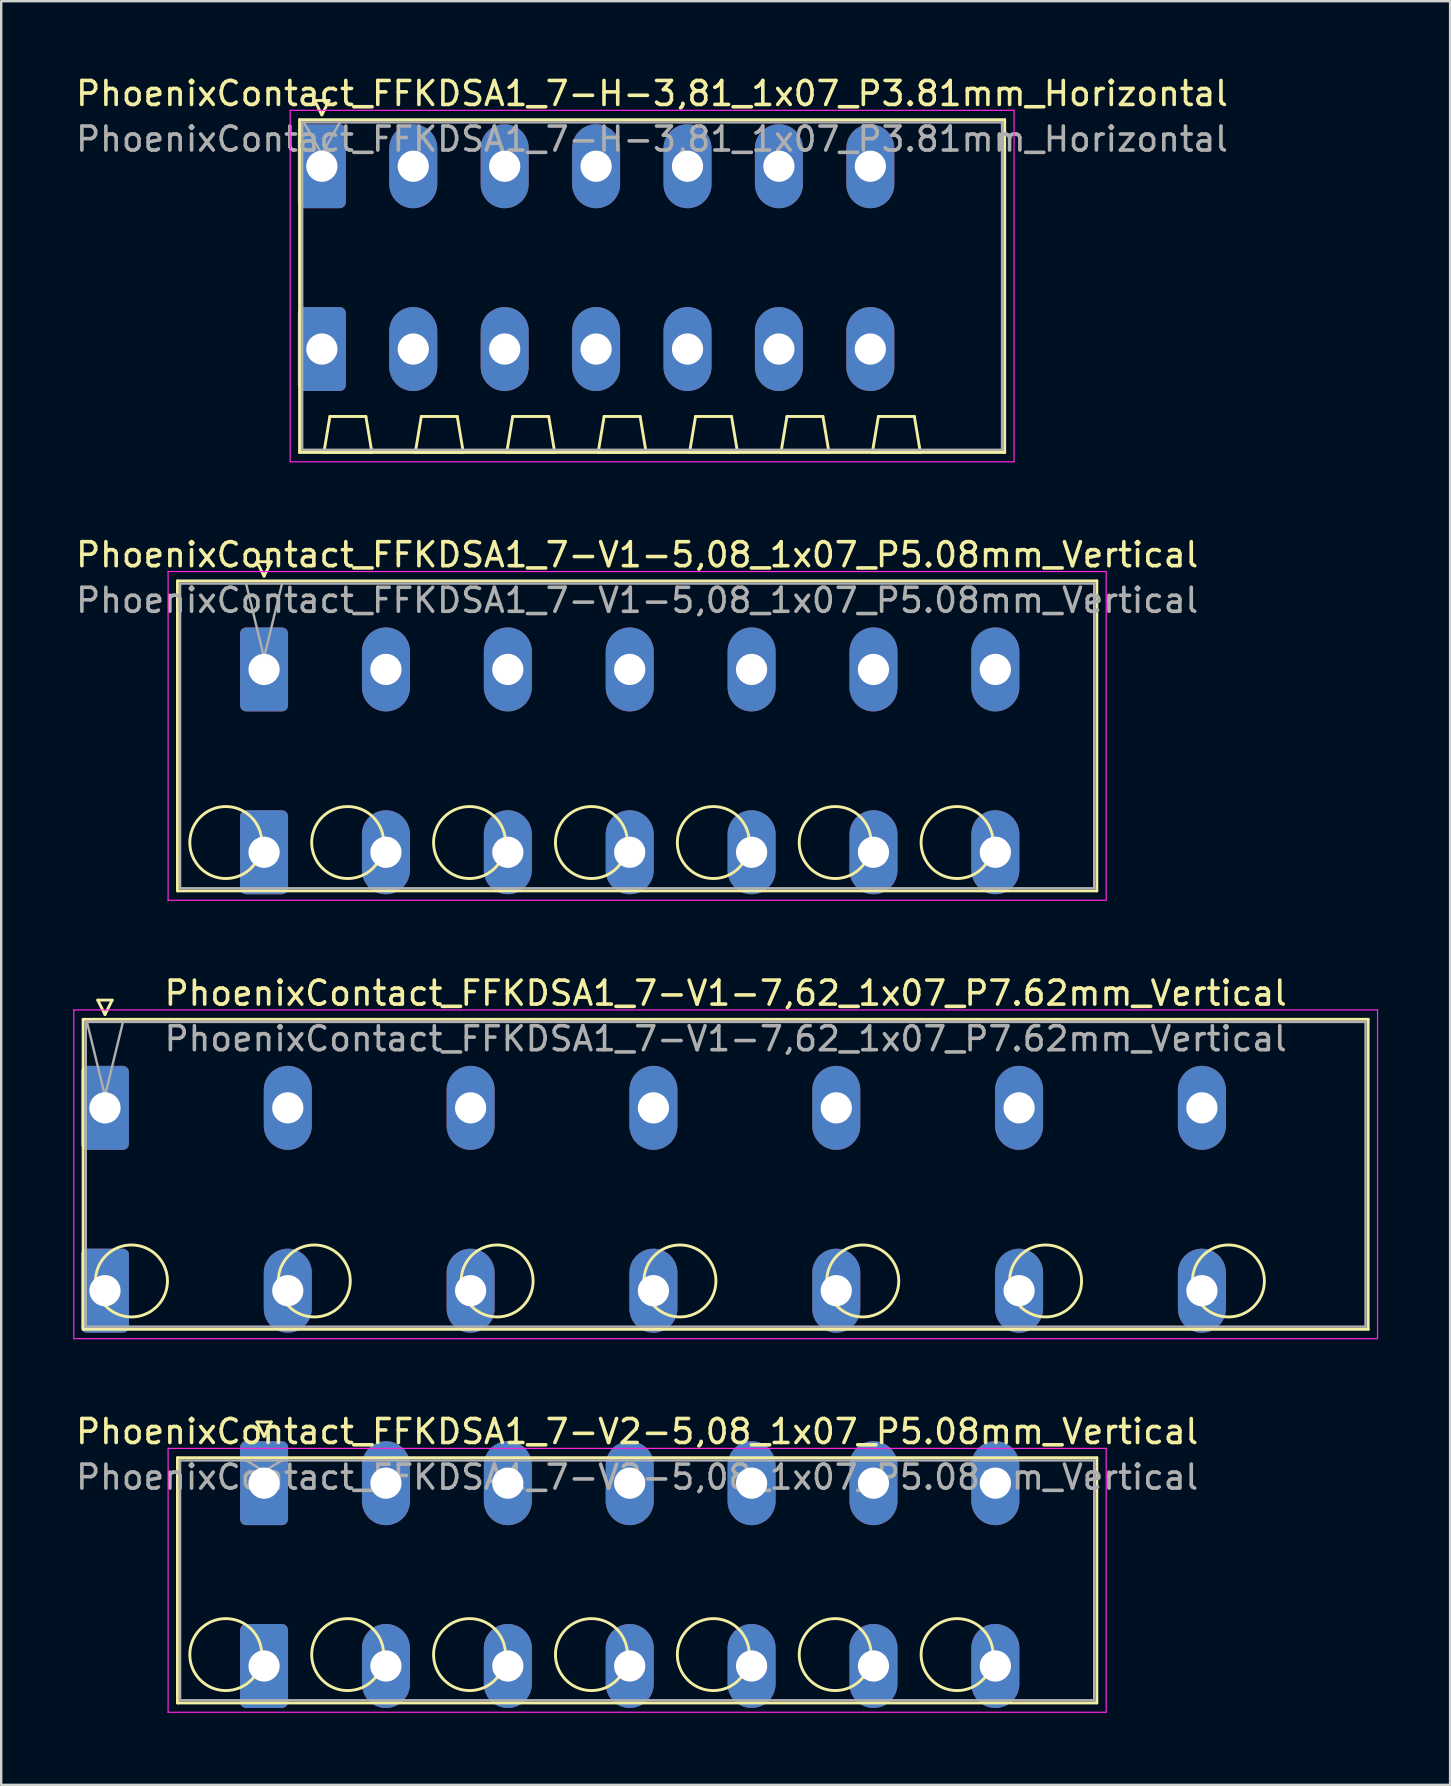
<source format=kicad_pcb>
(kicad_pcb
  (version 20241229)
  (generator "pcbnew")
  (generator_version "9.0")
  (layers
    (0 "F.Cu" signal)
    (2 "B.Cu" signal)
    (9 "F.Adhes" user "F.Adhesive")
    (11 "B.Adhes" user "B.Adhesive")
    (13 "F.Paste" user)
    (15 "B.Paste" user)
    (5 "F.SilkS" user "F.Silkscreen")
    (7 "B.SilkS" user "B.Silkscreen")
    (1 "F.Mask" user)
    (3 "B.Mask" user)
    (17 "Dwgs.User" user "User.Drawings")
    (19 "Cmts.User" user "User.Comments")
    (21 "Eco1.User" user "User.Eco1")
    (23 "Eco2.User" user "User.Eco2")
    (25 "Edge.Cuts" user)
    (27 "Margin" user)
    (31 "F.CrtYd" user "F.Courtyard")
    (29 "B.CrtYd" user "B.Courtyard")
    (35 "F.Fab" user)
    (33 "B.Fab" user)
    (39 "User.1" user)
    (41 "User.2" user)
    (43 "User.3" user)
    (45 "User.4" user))
  (footprint "PhoenixContact_FFKDSA1_7-V1-7,62_1x07_P7.62mm_Vertical"
    (layer "F.Cu")
    (at 1.325 43.125)
    (property "Reference" "PhoenixContact_FFKDSA1_7-V1-7,62_1x07_P7.62mm_Vertical" (at 25.87 -4.78 0) (layer "F.SilkS") (effects (font (size 1 1) (thickness 0.15))))
    (attr through_hole)
    (fp_line (start -0.91 -3.69) (end -0.91 9.23) (stroke (width 0.12) (type solid)) (layer "F.SilkS"))
    (fp_line (start -0.91 9.23) (end 52.65 9.23) (stroke (width 0.12) (type solid)) (layer "F.SilkS"))
    (fp_line (start -0.3 -4.49) (end 0.3 -4.49) (stroke (width 0.12) (type solid)) (layer "F.SilkS"))
    (fp_line (start 0 -3.89) (end -0.3 -4.49) (stroke (width 0.12) (type solid)) (layer "F.SilkS"))
    (fp_line (start 0.3 -4.49) (end 0 -3.89) (stroke (width 0.12) (type solid)) (layer "F.SilkS"))
    (fp_line (start 52.65 -3.69) (end -0.91 -3.69) (stroke (width 0.12) (type solid)) (layer "F.SilkS"))
    (fp_line (start 52.65 9.23) (end 52.65 -3.69) (stroke (width 0.12) (type solid)) (layer "F.SilkS"))
    (fp_circle (center 1.105 7.215) (end 2.605 7.215) (stroke (width 0.12) (type solid)) (fill no) (layer "F.SilkS"))
    (fp_circle (center 8.725 7.215) (end 10.225 7.215) (stroke (width 0.12) (type solid)) (fill no) (layer "F.SilkS"))
    (fp_circle (center 16.345 7.215) (end 17.845 7.215) (stroke (width 0.12) (type solid)) (fill no) (layer "F.SilkS"))
    (fp_circle (center 23.965 7.215) (end 25.465 7.215) (stroke (width 0.12) (type solid)) (fill no) (layer "F.SilkS"))
    (fp_circle (center 31.585 7.215) (end 33.085 7.215) (stroke (width 0.12) (type solid)) (fill no) (layer "F.SilkS"))
    (fp_circle (center 39.205 7.215) (end 40.705 7.215) (stroke (width 0.12) (type solid)) (fill no) (layer "F.SilkS"))
    (fp_circle (center 46.825 7.215) (end 48.325 7.215) (stroke (width 0.12) (type solid)) (fill no) (layer "F.SilkS"))
    (fp_line (start -1.3 -4.08) (end -1.3 9.62) (stroke (width 0.05) (type solid)) (layer "F.CrtYd"))
    (fp_line (start -1.3 9.62) (end 53.04 9.62) (stroke (width 0.05) (type solid)) (layer "F.CrtYd"))
    (fp_line (start 53.04 -4.08) (end -1.3 -4.08) (stroke (width 0.05) (type solid)) (layer "F.CrtYd"))
    (fp_line (start 53.04 9.62) (end 53.04 -4.08) (stroke (width 0.05) (type solid)) (layer "F.CrtYd"))
    (fp_line (start -0.8 -3.58) (end -0.8 9.12) (stroke (width 0.1) (type solid)) (layer "F.Fab"))
    (fp_line (start -0.8 9.12) (end 52.54 9.12) (stroke (width 0.1) (type solid)) (layer "F.Fab"))
    (fp_line (start 0 -0.5) (end -0.75 -3.58) (stroke (width 0.1) (type solid)) (layer "F.Fab"))
    (fp_line (start 0.75 -3.58) (end 0 -0.5) (stroke (width 0.1) (type solid)) (layer "F.Fab"))
    (fp_line (start 52.54 -3.58) (end -0.8 -3.58) (stroke (width 0.1) (type solid)) (layer "F.Fab"))
    (fp_line (start 52.54 9.12) (end 52.54 -3.58) (stroke (width 0.1) (type solid)) (layer "F.Fab"))
    (fp_text user "${REFERENCE}" (at 25.87 -2.88 0) (layer "F.Fab") (effects (font (size 1 1) (thickness 0.15))))
    (pad "1" thru_hole roundrect (at 0 0) (size 2 3.5) (drill 1.3) (layers "*.Cu" "*.Mask") (roundrect_rratio 0.125))
    (pad "1" thru_hole roundrect (at 0 7.62) (size 2 3.5) (drill 1.3) (layers "*.Cu" "*.Mask") (roundrect_rratio 0.125))
    (pad "2" thru_hole oval (at 7.62 0) (size 2 3.5) (drill 1.3) (layers "*.Cu" "*.Mask"))
    (pad "2" thru_hole oval (at 7.62 7.62) (size 2 3.5) (drill 1.3) (layers "*.Cu" "*.Mask"))
    (pad "3" thru_hole oval (at 15.24 0) (size 2 3.5) (drill 1.3) (layers "*.Cu" "*.Mask"))
    (pad "3" thru_hole oval (at 15.24 7.62) (size 2 3.5) (drill 1.3) (layers "*.Cu" "*.Mask"))
    (pad "4" thru_hole oval (at 22.86 0) (size 2 3.5) (drill 1.3) (layers "*.Cu" "*.Mask"))
    (pad "4" thru_hole oval (at 22.86 7.62) (size 2 3.5) (drill 1.3) (layers "*.Cu" "*.Mask"))
    (pad "5" thru_hole oval (at 30.48 0) (size 2 3.5) (drill 1.3) (layers "*.Cu" "*.Mask"))
    (pad "5" thru_hole oval (at 30.48 7.62) (size 2 3.5) (drill 1.3) (layers "*.Cu" "*.Mask"))
    (pad "6" thru_hole oval (at 38.1 0) (size 2 3.5) (drill 1.3) (layers "*.Cu" "*.Mask"))
    (pad "6" thru_hole oval (at 38.1 7.62) (size 2 3.5) (drill 1.3) (layers "*.Cu" "*.Mask"))
    (pad "7" thru_hole oval (at 45.72 0) (size 2 3.5) (drill 1.3) (layers "*.Cu" "*.Mask"))
    (pad "7" thru_hole oval (at 45.72 7.62) (size 2 3.5) (drill 1.3) (layers "*.Cu" "*.Mask")))
  (footprint "PhoenixContact_FFKDSA1_7-H-3,81_1x07_P3.81mm_Horizontal"
    (layer "F.Cu")
    (at 10.365 3.878)
    (property "Reference" "PhoenixContact_FFKDSA1_7-H-3,81_1x07_P3.81mm_Horizontal" (at 13.76 -3.03 0) (layer "F.SilkS") (effects (font (size 1 1) (thickness 0.15))))
    (attr through_hole)
    (fp_line (start -0.93 -1.94) (end -0.93 11.93) (stroke (width 0.12) (type solid)) (layer "F.SilkS"))
    (fp_line (start -0.93 11.93) (end 28.46 11.93) (stroke (width 0.12) (type solid)) (layer "F.SilkS"))
    (fp_line (start -0.3 -2.74) (end 0.3 -2.74) (stroke (width 0.12) (type solid)) (layer "F.SilkS"))
    (fp_line (start 0 -2.14) (end -0.3 -2.74) (stroke (width 0.12) (type solid)) (layer "F.SilkS"))
    (fp_line (start 0.085 11.93) (end 2.085 11.93) (stroke (width 0.12) (type solid)) (layer "F.SilkS"))
    (fp_line (start 0.3 -2.74) (end 0 -2.14) (stroke (width 0.12) (type solid)) (layer "F.SilkS"))
    (fp_line (start 0.335 10.43) (end 0.085 11.93) (stroke (width 0.12) (type solid)) (layer "F.SilkS"))
    (fp_line (start 1.835 10.43) (end 0.335 10.43) (stroke (width 0.12) (type solid)) (layer "F.SilkS"))
    (fp_line (start 2.085 11.93) (end 1.835 10.43) (stroke (width 0.12) (type solid)) (layer "F.SilkS"))
    (fp_line (start 3.895 11.93) (end 5.895 11.93) (stroke (width 0.12) (type solid)) (layer "F.SilkS"))
    (fp_line (start 4.145 10.43) (end 3.895 11.93) (stroke (width 0.12) (type solid)) (layer "F.SilkS"))
    (fp_line (start 5.645 10.43) (end 4.145 10.43) (stroke (width 0.12) (type solid)) (layer "F.SilkS"))
    (fp_line (start 5.895 11.93) (end 5.645 10.43) (stroke (width 0.12) (type solid)) (layer "F.SilkS"))
    (fp_line (start 7.705 11.93) (end 9.705 11.93) (stroke (width 0.12) (type solid)) (layer "F.SilkS"))
    (fp_line (start 7.955 10.43) (end 7.705 11.93) (stroke (width 0.12) (type solid)) (layer "F.SilkS"))
    (fp_line (start 9.455 10.43) (end 7.955 10.43) (stroke (width 0.12) (type solid)) (layer "F.SilkS"))
    (fp_line (start 9.705 11.93) (end 9.455 10.43) (stroke (width 0.12) (type solid)) (layer "F.SilkS"))
    (fp_line (start 11.515 11.93) (end 13.515 11.93) (stroke (width 0.12) (type solid)) (layer "F.SilkS"))
    (fp_line (start 11.765 10.43) (end 11.515 11.93) (stroke (width 0.12) (type solid)) (layer "F.SilkS"))
    (fp_line (start 13.265 10.43) (end 11.765 10.43) (stroke (width 0.12) (type solid)) (layer "F.SilkS"))
    (fp_line (start 13.515 11.93) (end 13.265 10.43) (stroke (width 0.12) (type solid)) (layer "F.SilkS"))
    (fp_line (start 15.325 11.93) (end 17.325 11.93) (stroke (width 0.12) (type solid)) (layer "F.SilkS"))
    (fp_line (start 15.575 10.43) (end 15.325 11.93) (stroke (width 0.12) (type solid)) (layer "F.SilkS"))
    (fp_line (start 17.075 10.43) (end 15.575 10.43) (stroke (width 0.12) (type solid)) (layer "F.SilkS"))
    (fp_line (start 17.325 11.93) (end 17.075 10.43) (stroke (width 0.12) (type solid)) (layer "F.SilkS"))
    (fp_line (start 19.135 11.93) (end 21.135 11.93) (stroke (width 0.12) (type solid)) (layer "F.SilkS"))
    (fp_line (start 19.385 10.43) (end 19.135 11.93) (stroke (width 0.12) (type solid)) (layer "F.SilkS"))
    (fp_line (start 20.885 10.43) (end 19.385 10.43) (stroke (width 0.12) (type solid)) (layer "F.SilkS"))
    (fp_line (start 21.135 11.93) (end 20.885 10.43) (stroke (width 0.12) (type solid)) (layer "F.SilkS"))
    (fp_line (start 22.945 11.93) (end 24.945 11.93) (stroke (width 0.12) (type solid)) (layer "F.SilkS"))
    (fp_line (start 23.195 10.43) (end 22.945 11.93) (stroke (width 0.12) (type solid)) (layer "F.SilkS"))
    (fp_line (start 24.695 10.43) (end 23.195 10.43) (stroke (width 0.12) (type solid)) (layer "F.SilkS"))
    (fp_line (start 24.945 11.93) (end 24.695 10.43) (stroke (width 0.12) (type solid)) (layer "F.SilkS"))
    (fp_line (start 28.46 -1.94) (end -0.93 -1.94) (stroke (width 0.12) (type solid)) (layer "F.SilkS"))
    (fp_line (start 28.46 11.93) (end 28.46 -1.94) (stroke (width 0.12) (type solid)) (layer "F.SilkS"))
    (fp_line (start -1.32 -2.33) (end -1.32 12.32) (stroke (width 0.05) (type solid)) (layer "F.CrtYd"))
    (fp_line (start -1.32 12.32) (end 28.85 12.32) (stroke (width 0.05) (type solid)) (layer "F.CrtYd"))
    (fp_line (start 28.85 -2.33) (end -1.32 -2.33) (stroke (width 0.05) (type solid)) (layer "F.CrtYd"))
    (fp_line (start 28.85 12.32) (end 28.85 -2.33) (stroke (width 0.05) (type solid)) (layer "F.CrtYd"))
    (fp_line (start -0.82 -1.83) (end -0.82 11.82) (stroke (width 0.1) (type solid)) (layer "F.Fab"))
    (fp_line (start -0.82 11.82) (end 28.35 11.82) (stroke (width 0.1) (type solid)) (layer "F.Fab"))
    (fp_line (start 0 -0.5) (end -0.75 -1.83) (stroke (width 0.1) (type solid)) (layer "F.Fab"))
    (fp_line (start 0.75 -1.83) (end 0 -0.5) (stroke (width 0.1) (type solid)) (layer "F.Fab"))
    (fp_line (start 28.35 -1.83) (end -0.82 -1.83) (stroke (width 0.1) (type solid)) (layer "F.Fab"))
    (fp_line (start 28.35 11.82) (end 28.35 -1.83) (stroke (width 0.1) (type solid)) (layer "F.Fab"))
    (fp_text user "${REFERENCE}" (at 13.76 -1.13 0) (layer "F.Fab") (effects (font (size 1 1) (thickness 0.15))))
    (pad "1" thru_hole roundrect (at 0 0) (size 2 3.5) (drill 1.3) (layers "*.Cu" "*.Mask") (roundrect_rratio 0.125))
    (pad "1" thru_hole roundrect (at 0 7.62) (size 2 3.5) (drill 1.3) (layers "*.Cu" "*.Mask") (roundrect_rratio 0.125))
    (pad "2" thru_hole oval (at 3.81 0) (size 2 3.5) (drill 1.3) (layers "*.Cu" "*.Mask"))
    (pad "2" thru_hole oval (at 3.81 7.62) (size 2 3.5) (drill 1.3) (layers "*.Cu" "*.Mask"))
    (pad "3" thru_hole oval (at 7.62 0) (size 2 3.5) (drill 1.3) (layers "*.Cu" "*.Mask"))
    (pad "3" thru_hole oval (at 7.62 7.62) (size 2 3.5) (drill 1.3) (layers "*.Cu" "*.Mask"))
    (pad "4" thru_hole oval (at 11.43 0) (size 2 3.5) (drill 1.3) (layers "*.Cu" "*.Mask"))
    (pad "4" thru_hole oval (at 11.43 7.62) (size 2 3.5) (drill 1.3) (layers "*.Cu" "*.Mask"))
    (pad "5" thru_hole oval (at 15.24 0) (size 2 3.5) (drill 1.3) (layers "*.Cu" "*.Mask"))
    (pad "5" thru_hole oval (at 15.24 7.62) (size 2 3.5) (drill 1.3) (layers "*.Cu" "*.Mask"))
    (pad "6" thru_hole oval (at 19.05 0) (size 2 3.5) (drill 1.3) (layers "*.Cu" "*.Mask"))
    (pad "6" thru_hole oval (at 19.05 7.62) (size 2 3.5) (drill 1.3) (layers "*.Cu" "*.Mask"))
    (pad "7" thru_hole oval (at 22.86 0) (size 2 3.5) (drill 1.3) (layers "*.Cu" "*.Mask"))
    (pad "7" thru_hole oval (at 22.86 7.62) (size 2 3.5) (drill 1.3) (layers "*.Cu" "*.Mask")))
  (footprint "PhoenixContact_FFKDSA1_7-V1-5,08_1x07_P5.08mm_Vertical"
    (layer "F.Cu")
    (at 7.956 24.852)
    (property "Reference" "PhoenixContact_FFKDSA1_7-V1-5,08_1x07_P5.08mm_Vertical" (at 15.55 -4.78 0) (layer "F.SilkS") (effects (font (size 1 1) (thickness 0.15))))
    (attr through_hole)
    (fp_line (start -3.61 -3.69) (end -3.61 9.23) (stroke (width 0.12) (type solid)) (layer "F.SilkS"))
    (fp_line (start -3.61 9.23) (end 34.71 9.23) (stroke (width 0.12) (type solid)) (layer "F.SilkS"))
    (fp_line (start -0.3 -4.49) (end 0.3 -4.49) (stroke (width 0.12) (type solid)) (layer "F.SilkS"))
    (fp_line (start 0 -3.89) (end -0.3 -4.49) (stroke (width 0.12) (type solid)) (layer "F.SilkS"))
    (fp_line (start 0.3 -4.49) (end 0 -3.89) (stroke (width 0.12) (type solid)) (layer "F.SilkS"))
    (fp_line (start 34.71 -3.69) (end -3.61 -3.69) (stroke (width 0.12) (type solid)) (layer "F.SilkS"))
    (fp_line (start 34.71 9.23) (end 34.71 -3.69) (stroke (width 0.12) (type solid)) (layer "F.SilkS"))
    (fp_circle (center -1.595 7.215) (end -0.095 7.215) (stroke (width 0.12) (type solid)) (fill no) (layer "F.SilkS"))
    (fp_circle (center 3.485 7.215) (end 4.985 7.215) (stroke (width 0.12) (type solid)) (fill no) (layer "F.SilkS"))
    (fp_circle (center 8.565 7.215) (end 10.065 7.215) (stroke (width 0.12) (type solid)) (fill no) (layer "F.SilkS"))
    (fp_circle (center 13.645 7.215) (end 15.145 7.215) (stroke (width 0.12) (type solid)) (fill no) (layer "F.SilkS"))
    (fp_circle (center 18.725 7.215) (end 20.225 7.215) (stroke (width 0.12) (type solid)) (fill no) (layer "F.SilkS"))
    (fp_circle (center 23.805 7.215) (end 25.305 7.215) (stroke (width 0.12) (type solid)) (fill no) (layer "F.SilkS"))
    (fp_circle (center 28.885 7.215) (end 30.385 7.215) (stroke (width 0.12) (type solid)) (fill no) (layer "F.SilkS"))
    (fp_line (start -4 -4.08) (end -4 9.62) (stroke (width 0.05) (type solid)) (layer "F.CrtYd"))
    (fp_line (start -4 9.62) (end 35.1 9.62) (stroke (width 0.05) (type solid)) (layer "F.CrtYd"))
    (fp_line (start 35.1 -4.08) (end -4 -4.08) (stroke (width 0.05) (type solid)) (layer "F.CrtYd"))
    (fp_line (start 35.1 9.62) (end 35.1 -4.08) (stroke (width 0.05) (type solid)) (layer "F.CrtYd"))
    (fp_line (start -3.5 -3.58) (end -3.5 9.12) (stroke (width 0.1) (type solid)) (layer "F.Fab"))
    (fp_line (start -3.5 9.12) (end 34.6 9.12) (stroke (width 0.1) (type solid)) (layer "F.Fab"))
    (fp_line (start 0 -0.5) (end -0.75 -3.58) (stroke (width 0.1) (type solid)) (layer "F.Fab"))
    (fp_line (start 0.75 -3.58) (end 0 -0.5) (stroke (width 0.1) (type solid)) (layer "F.Fab"))
    (fp_line (start 34.6 -3.58) (end -3.5 -3.58) (stroke (width 0.1) (type solid)) (layer "F.Fab"))
    (fp_line (start 34.6 9.12) (end 34.6 -3.58) (stroke (width 0.1) (type solid)) (layer "F.Fab"))
    (fp_text user "${REFERENCE}" (at 15.55 -2.88 0) (layer "F.Fab") (effects (font (size 1 1) (thickness 0.15))))
    (pad "1" thru_hole roundrect (at 0 0) (size 2 3.5) (drill 1.3) (layers "*.Cu" "*.Mask") (roundrect_rratio 0.125))
    (pad "1" thru_hole roundrect (at 0 7.62) (size 2 3.5) (drill 1.3) (layers "*.Cu" "*.Mask") (roundrect_rratio 0.125))
    (pad "2" thru_hole oval (at 5.08 0) (size 2 3.5) (drill 1.3) (layers "*.Cu" "*.Mask"))
    (pad "2" thru_hole oval (at 5.08 7.62) (size 2 3.5) (drill 1.3) (layers "*.Cu" "*.Mask"))
    (pad "3" thru_hole oval (at 10.16 0) (size 2 3.5) (drill 1.3) (layers "*.Cu" "*.Mask"))
    (pad "3" thru_hole oval (at 10.16 7.62) (size 2 3.5) (drill 1.3) (layers "*.Cu" "*.Mask"))
    (pad "4" thru_hole oval (at 15.24 0) (size 2 3.5) (drill 1.3) (layers "*.Cu" "*.Mask"))
    (pad "4" thru_hole oval (at 15.24 7.62) (size 2 3.5) (drill 1.3) (layers "*.Cu" "*.Mask"))
    (pad "5" thru_hole oval (at 20.32 0) (size 2 3.5) (drill 1.3) (layers "*.Cu" "*.Mask"))
    (pad "5" thru_hole oval (at 20.32 7.62) (size 2 3.5) (drill 1.3) (layers "*.Cu" "*.Mask"))
    (pad "6" thru_hole oval (at 25.4 0) (size 2 3.5) (drill 1.3) (layers "*.Cu" "*.Mask"))
    (pad "6" thru_hole oval (at 25.4 7.62) (size 2 3.5) (drill 1.3) (layers "*.Cu" "*.Mask"))
    (pad "7" thru_hole oval (at 30.48 0) (size 2 3.5) (drill 1.3) (layers "*.Cu" "*.Mask"))
    (pad "7" thru_hole oval (at 30.48 7.62) (size 2 3.5) (drill 1.3) (layers "*.Cu" "*.Mask")))
  (footprint "PhoenixContact_FFKDSA1_7-V2-5,08_1x07_P5.08mm_Vertical"
    (layer "F.Cu")
    (at 7.956 58.768)
    (property "Reference" "PhoenixContact_FFKDSA1_7-V2-5,08_1x07_P5.08mm_Vertical" (at 15.55 -2.15 0) (layer "F.SilkS") (effects (font (size 1 1) (thickness 0.15))))
    (attr through_hole)
    (fp_line (start -3.61 -1.06) (end -3.61 9.16) (stroke (width 0.12) (type solid)) (layer "F.SilkS"))
    (fp_line (start -3.61 9.16) (end 34.71 9.16) (stroke (width 0.12) (type solid)) (layer "F.SilkS"))
    (fp_line (start -0.3 -2.55) (end 0.3 -2.55) (stroke (width 0.12) (type solid)) (layer "F.SilkS"))
    (fp_line (start 0 -1.95) (end -0.3 -2.55) (stroke (width 0.12) (type solid)) (layer "F.SilkS"))
    (fp_line (start 0.3 -2.55) (end 0 -1.95) (stroke (width 0.12) (type solid)) (layer "F.SilkS"))
    (fp_line (start 34.71 -1.06) (end -3.61 -1.06) (stroke (width 0.12) (type solid)) (layer "F.SilkS"))
    (fp_line (start 34.71 9.16) (end 34.71 -1.06) (stroke (width 0.12) (type solid)) (layer "F.SilkS"))
    (fp_circle (center -1.595 7.145) (end -0.095 7.145) (stroke (width 0.12) (type solid)) (fill no) (layer "F.SilkS"))
    (fp_circle (center 3.485 7.145) (end 4.985 7.145) (stroke (width 0.12) (type solid)) (fill no) (layer "F.SilkS"))
    (fp_circle (center 8.565 7.145) (end 10.065 7.145) (stroke (width 0.12) (type solid)) (fill no) (layer "F.SilkS"))
    (fp_circle (center 13.645 7.145) (end 15.145 7.145) (stroke (width 0.12) (type solid)) (fill no) (layer "F.SilkS"))
    (fp_circle (center 18.725 7.145) (end 20.225 7.145) (stroke (width 0.12) (type solid)) (fill no) (layer "F.SilkS"))
    (fp_circle (center 23.805 7.145) (end 25.305 7.145) (stroke (width 0.12) (type solid)) (fill no) (layer "F.SilkS"))
    (fp_circle (center 28.885 7.145) (end 30.385 7.145) (stroke (width 0.12) (type solid)) (fill no) (layer "F.SilkS"))
    (fp_line (start -4 -1.45) (end -4 9.55) (stroke (width 0.05) (type solid)) (layer "F.CrtYd"))
    (fp_line (start -4 9.55) (end 35.1 9.55) (stroke (width 0.05) (type solid)) (layer "F.CrtYd"))
    (fp_line (start 35.1 -1.45) (end -4 -1.45) (stroke (width 0.05) (type solid)) (layer "F.CrtYd"))
    (fp_line (start 35.1 9.55) (end 35.1 -1.45) (stroke (width 0.05) (type solid)) (layer "F.CrtYd"))
    (fp_line (start -3.5 -0.95) (end -3.5 9.05) (stroke (width 0.1) (type solid)) (layer "F.Fab"))
    (fp_line (start -3.5 9.05) (end 34.6 9.05) (stroke (width 0.1) (type solid)) (layer "F.Fab"))
    (fp_line (start 0 -0.5) (end -0.75 -0.95) (stroke (width 0.1) (type solid)) (layer "F.Fab"))
    (fp_line (start 0.75 -0.95) (end 0 -0.5) (stroke (width 0.1) (type solid)) (layer "F.Fab"))
    (fp_line (start 34.6 -0.95) (end -3.5 -0.95) (stroke (width 0.1) (type solid)) (layer "F.Fab"))
    (fp_line (start 34.6 9.05) (end 34.6 -0.95) (stroke (width 0.1) (type solid)) (layer "F.Fab"))
    (fp_text user "${REFERENCE}" (at 15.55 -0.25 0) (layer "F.Fab") (effects (font (size 1 1) (thickness 0.15))))
    (pad "1" thru_hole roundrect (at 0 0) (size 2 3.5) (drill 1.3) (layers "*.Cu" "*.Mask") (roundrect_rratio 0.125))
    (pad "1" thru_hole roundrect (at 0 7.62) (size 2 3.5) (drill 1.3) (layers "*.Cu" "*.Mask") (roundrect_rratio 0.125))
    (pad "2" thru_hole oval (at 5.08 0) (size 2 3.5) (drill 1.3) (layers "*.Cu" "*.Mask"))
    (pad "2" thru_hole oval (at 5.08 7.62) (size 2 3.5) (drill 1.3) (layers "*.Cu" "*.Mask"))
    (pad "3" thru_hole oval (at 10.16 0) (size 2 3.5) (drill 1.3) (layers "*.Cu" "*.Mask"))
    (pad "3" thru_hole oval (at 10.16 7.62) (size 2 3.5) (drill 1.3) (layers "*.Cu" "*.Mask"))
    (pad "4" thru_hole oval (at 15.24 0) (size 2 3.5) (drill 1.3) (layers "*.Cu" "*.Mask"))
    (pad "4" thru_hole oval (at 15.24 7.62) (size 2 3.5) (drill 1.3) (layers "*.Cu" "*.Mask"))
    (pad "5" thru_hole oval (at 20.32 0) (size 2 3.5) (drill 1.3) (layers "*.Cu" "*.Mask"))
    (pad "5" thru_hole oval (at 20.32 7.62) (size 2 3.5) (drill 1.3) (layers "*.Cu" "*.Mask"))
    (pad "6" thru_hole oval (at 25.4 0) (size 2 3.5) (drill 1.3) (layers "*.Cu" "*.Mask"))
    (pad "6" thru_hole oval (at 25.4 7.62) (size 2 3.5) (drill 1.3) (layers "*.Cu" "*.Mask"))
    (pad "7" thru_hole oval (at 30.48 0) (size 2 3.5) (drill 1.3) (layers "*.Cu" "*.Mask"))
    (pad "7" thru_hole oval (at 30.48 7.62) (size 2 3.5) (drill 1.3) (layers "*.Cu" "*.Mask")))
  (gr_rect
    (start -3 -3)
    (end 57.39 71.343)
    (stroke (width 0.1) (type default))
    (fill no)
    (layer "Edge.Cuts")))
</source>
